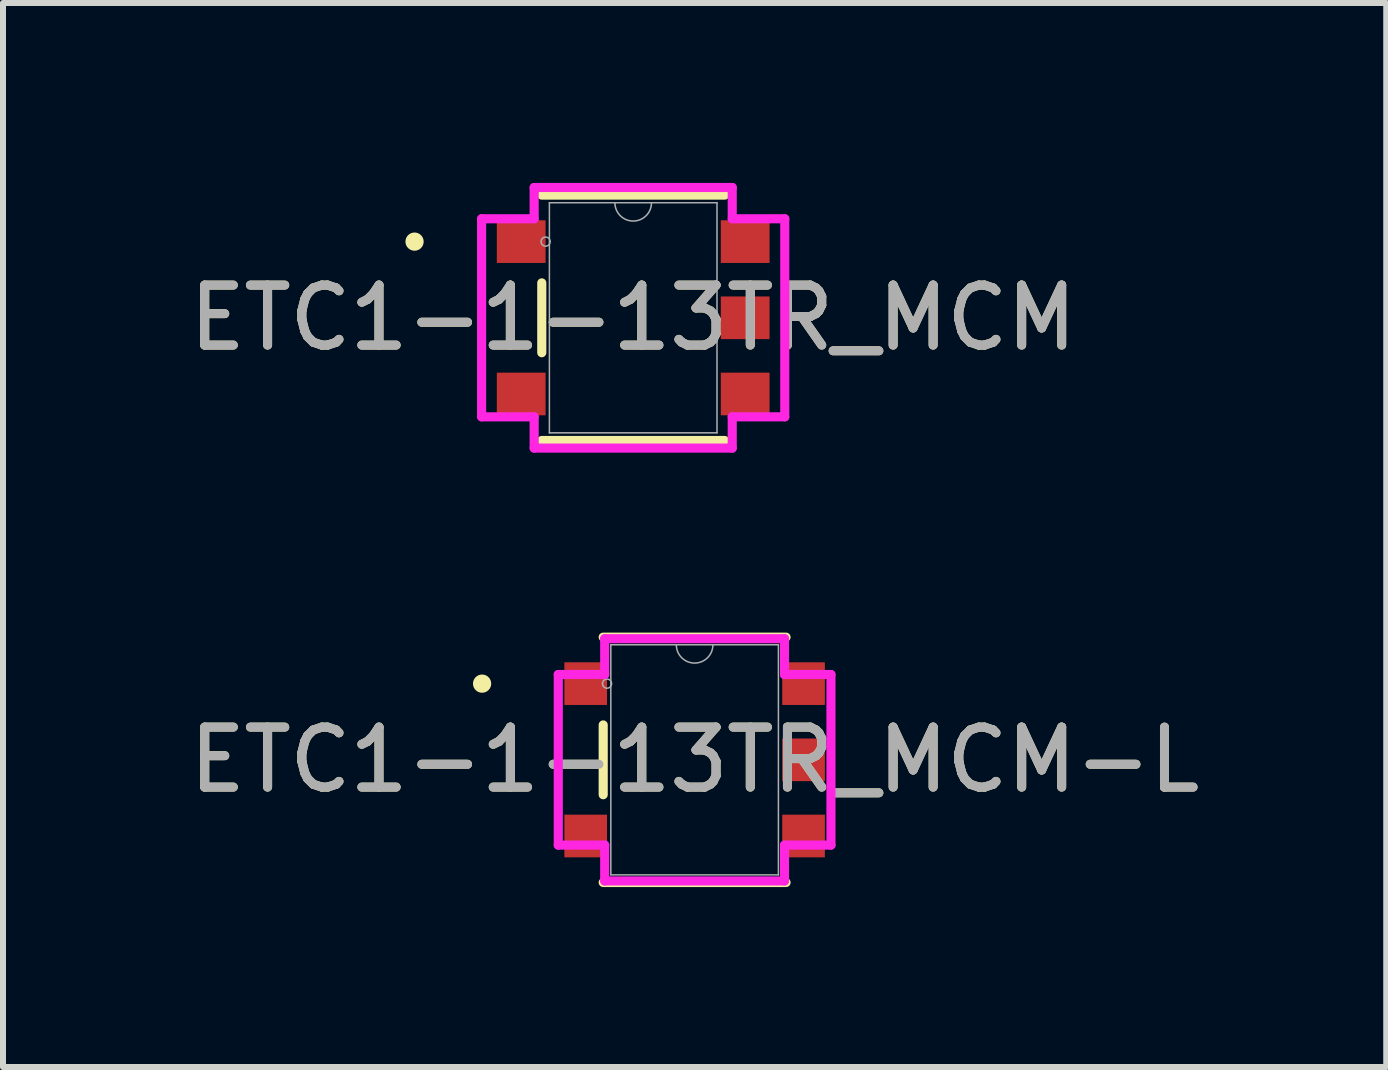
<source format=kicad_pcb>
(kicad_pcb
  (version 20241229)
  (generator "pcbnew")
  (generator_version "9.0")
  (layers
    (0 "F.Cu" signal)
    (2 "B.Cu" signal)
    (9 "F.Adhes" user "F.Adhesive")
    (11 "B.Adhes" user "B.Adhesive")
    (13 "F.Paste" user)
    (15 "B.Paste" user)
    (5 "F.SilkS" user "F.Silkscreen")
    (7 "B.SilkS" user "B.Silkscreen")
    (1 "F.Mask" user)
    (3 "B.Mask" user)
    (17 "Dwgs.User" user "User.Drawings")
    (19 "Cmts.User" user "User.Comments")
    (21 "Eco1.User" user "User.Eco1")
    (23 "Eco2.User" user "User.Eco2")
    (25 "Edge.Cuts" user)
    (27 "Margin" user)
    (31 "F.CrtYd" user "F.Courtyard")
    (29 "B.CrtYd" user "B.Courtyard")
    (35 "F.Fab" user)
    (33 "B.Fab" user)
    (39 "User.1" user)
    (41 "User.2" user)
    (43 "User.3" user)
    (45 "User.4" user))
  (footprint "ETC1-1-13TR_MCM-L"
    (layer "F.Cu")
    (at 8.53 9.617)
    (property "Reference" "ETC1-1-13TR_MCM-L" (at 0 0 0) (unlocked yes) (layer "F.SilkS") (effects (font (size 1 1) (thickness 0.15))))
    (attr smd)
    (fp_line (start -1.524 -0.582) (end -1.524 0.582) (stroke (width 0.152) (type solid)) (layer "F.SilkS"))
    (fp_line (start -1.524 2.045) (end 1.524 2.045) (stroke (width 0.152) (type solid)) (layer "F.SilkS"))
    (fp_line (start 1.524 -2.045) (end -1.524 -2.045) (stroke (width 0.152) (type solid)) (layer "F.SilkS"))
    (fp_circle (center -3.543 -1.27) (end -3.467 -1.27) (stroke (width 0.152) (type solid)) (fill no) (layer "F.SilkS"))
    (fp_line (start -2.273 -1.422) (end -1.499 -1.422) (stroke (width 0.152) (type solid)) (layer "F.CrtYd"))
    (fp_line (start -2.273 1.422) (end -2.273 -1.422) (stroke (width 0.152) (type solid)) (layer "F.CrtYd"))
    (fp_line (start -1.499 -2.019) (end 1.499 -2.019) (stroke (width 0.152) (type solid)) (layer "F.CrtYd"))
    (fp_line (start -1.499 -1.422) (end -1.499 -2.019) (stroke (width 0.152) (type solid)) (layer "F.CrtYd"))
    (fp_line (start -1.499 1.422) (end -2.273 1.422) (stroke (width 0.152) (type solid)) (layer "F.CrtYd"))
    (fp_line (start -1.499 2.019) (end -1.499 1.422) (stroke (width 0.152) (type solid)) (layer "F.CrtYd"))
    (fp_line (start 1.499 -2.019) (end 1.499 -1.422) (stroke (width 0.152) (type solid)) (layer "F.CrtYd"))
    (fp_line (start 1.499 -1.422) (end 2.273 -1.422) (stroke (width 0.152) (type solid)) (layer "F.CrtYd"))
    (fp_line (start 1.499 1.422) (end 1.499 2.019) (stroke (width 0.152) (type solid)) (layer "F.CrtYd"))
    (fp_line (start 1.499 2.019) (end -1.499 2.019) (stroke (width 0.152) (type solid)) (layer "F.CrtYd"))
    (fp_line (start 2.273 -1.422) (end 2.273 1.422) (stroke (width 0.152) (type solid)) (layer "F.CrtYd"))
    (fp_line (start 2.273 1.422) (end 1.499 1.422) (stroke (width 0.152) (type solid)) (layer "F.CrtYd"))
    (fp_line (start -1.397 -1.918) (end -1.397 1.918) (stroke (width 0.025) (type solid)) (layer "F.Fab"))
    (fp_line (start -1.397 1.918) (end 1.397 1.918) (stroke (width 0.025) (type solid)) (layer "F.Fab"))
    (fp_line (start 1.397 -1.918) (end -1.397 -1.918) (stroke (width 0.025) (type solid)) (layer "F.Fab"))
    (fp_line (start 1.397 1.918) (end 1.397 -1.918) (stroke (width 0.025) (type solid)) (layer "F.Fab"))
    (fp_arc (start 0.3048 -1.9177) (mid 0 -1.6129) (end -0.3048 -1.9177) (stroke (width 0.0254) (type solid)) (layer "F.Fab"))
    (fp_circle (center -1.46 -1.27) (end -1.384 -1.27) (stroke (width 0.025) (type solid)) (fill no) (layer "F.Fab"))
    (fp_text user "${REFERENCE}" (at 0 0 0) (unlocked yes) (layer "F.Fab") (effects (font (size 1 1) (thickness 0.15))))
    (pad "1" smd rect (at -1.816 -1.27) (size 0.711 0.711) (layers "F.Cu" "F.Mask" "F.Paste"))
    (pad "2" smd rect (at -1.816 1.27) (size 0.711 0.711) (layers "F.Cu" "F.Mask" "F.Paste"))
    (pad "3" smd rect (at 1.816 1.27) (size 0.711 0.711) (layers "F.Cu" "F.Mask" "F.Paste"))
    (pad "4" smd rect (at 1.816 0) (size 0.711 0.711) (layers "F.Cu" "F.Mask" "F.Paste"))
    (pad "5" smd rect (at 1.816 -1.27) (size 0.711 0.711) (layers "F.Cu" "F.Mask" "F.Paste")))
  (footprint "ETC1-1-13TR_MCM"
    (layer "F.Cu")
    (at 7.506 2.248)
    (property "Reference" "ETC1-1-13TR_MCM" (at 0 0 0) (unlocked yes) (layer "F.SilkS") (effects (font (size 1 1) (thickness 0.15))))
    (attr smd)
    (fp_line (start -1.524 -0.582) (end -1.524 0.582) (stroke (width 0.152) (type solid)) (layer "F.SilkS"))
    (fp_line (start -1.524 2.045) (end 1.524 2.045) (stroke (width 0.152) (type solid)) (layer "F.SilkS"))
    (fp_line (start 1.524 -2.045) (end -1.524 -2.045) (stroke (width 0.152) (type solid)) (layer "F.SilkS"))
    (fp_circle (center -3.645 -1.27) (end -3.569 -1.27) (stroke (width 0.152) (type solid)) (fill no) (layer "F.SilkS"))
    (fp_line (start -2.527 -1.651) (end -1.651 -1.651) (stroke (width 0.152) (type solid)) (layer "F.CrtYd"))
    (fp_line (start -2.527 1.651) (end -2.527 -1.651) (stroke (width 0.152) (type solid)) (layer "F.CrtYd"))
    (fp_line (start -1.651 -2.172) (end 1.651 -2.172) (stroke (width 0.152) (type solid)) (layer "F.CrtYd"))
    (fp_line (start -1.651 -1.651) (end -1.651 -2.172) (stroke (width 0.152) (type solid)) (layer "F.CrtYd"))
    (fp_line (start -1.651 1.651) (end -2.527 1.651) (stroke (width 0.152) (type solid)) (layer "F.CrtYd"))
    (fp_line (start -1.651 2.172) (end -1.651 1.651) (stroke (width 0.152) (type solid)) (layer "F.CrtYd"))
    (fp_line (start 1.651 -2.172) (end 1.651 -1.651) (stroke (width 0.152) (type solid)) (layer "F.CrtYd"))
    (fp_line (start 1.651 -1.651) (end 2.527 -1.651) (stroke (width 0.152) (type solid)) (layer "F.CrtYd"))
    (fp_line (start 1.651 1.651) (end 1.651 2.172) (stroke (width 0.152) (type solid)) (layer "F.CrtYd"))
    (fp_line (start 1.651 2.172) (end -1.651 2.172) (stroke (width 0.152) (type solid)) (layer "F.CrtYd"))
    (fp_line (start 2.527 -1.651) (end 2.527 1.651) (stroke (width 0.152) (type solid)) (layer "F.CrtYd"))
    (fp_line (start 2.527 1.651) (end 1.651 1.651) (stroke (width 0.152) (type solid)) (layer "F.CrtYd"))
    (fp_line (start -1.397 -1.918) (end -1.397 1.918) (stroke (width 0.025) (type solid)) (layer "F.Fab"))
    (fp_line (start -1.397 1.918) (end 1.397 1.918) (stroke (width 0.025) (type solid)) (layer "F.Fab"))
    (fp_line (start 1.397 -1.918) (end -1.397 -1.918) (stroke (width 0.025) (type solid)) (layer "F.Fab"))
    (fp_line (start 1.397 1.918) (end 1.397 -1.918) (stroke (width 0.025) (type solid)) (layer "F.Fab"))
    (fp_arc (start 0.3048 -1.9177) (mid 0 -1.6129) (end -0.3048 -1.9177) (stroke (width 0.0254) (type solid)) (layer "F.Fab"))
    (fp_circle (center -1.46 -1.27) (end -1.384 -1.27) (stroke (width 0.025) (type solid)) (fill no) (layer "F.Fab"))
    (fp_text user "${REFERENCE}" (at 0 0 0) (unlocked yes) (layer "F.Fab") (effects (font (size 1 1) (thickness 0.15))))
    (pad "1" smd rect (at -1.867 -1.27) (size 0.813 0.711) (layers "F.Cu" "F.Mask" "F.Paste"))
    (pad "2" smd rect (at -1.867 1.27) (size 0.813 0.711) (layers "F.Cu" "F.Mask" "F.Paste"))
    (pad "3" smd rect (at 1.867 1.27) (size 0.813 0.711) (layers "F.Cu" "F.Mask" "F.Paste"))
    (pad "4" smd rect (at 1.867 0) (size 0.813 0.711) (layers "F.Cu" "F.Mask" "F.Paste"))
    (pad "5" smd rect (at 1.867 -1.27) (size 0.813 0.711) (layers "F.Cu" "F.Mask" "F.Paste")))
  (gr_rect
    (start -3 -3)
    (end 20.06 14.738)
    (stroke (width 0.1) (type default))
    (fill no)
    (layer "Edge.Cuts")))
</source>
